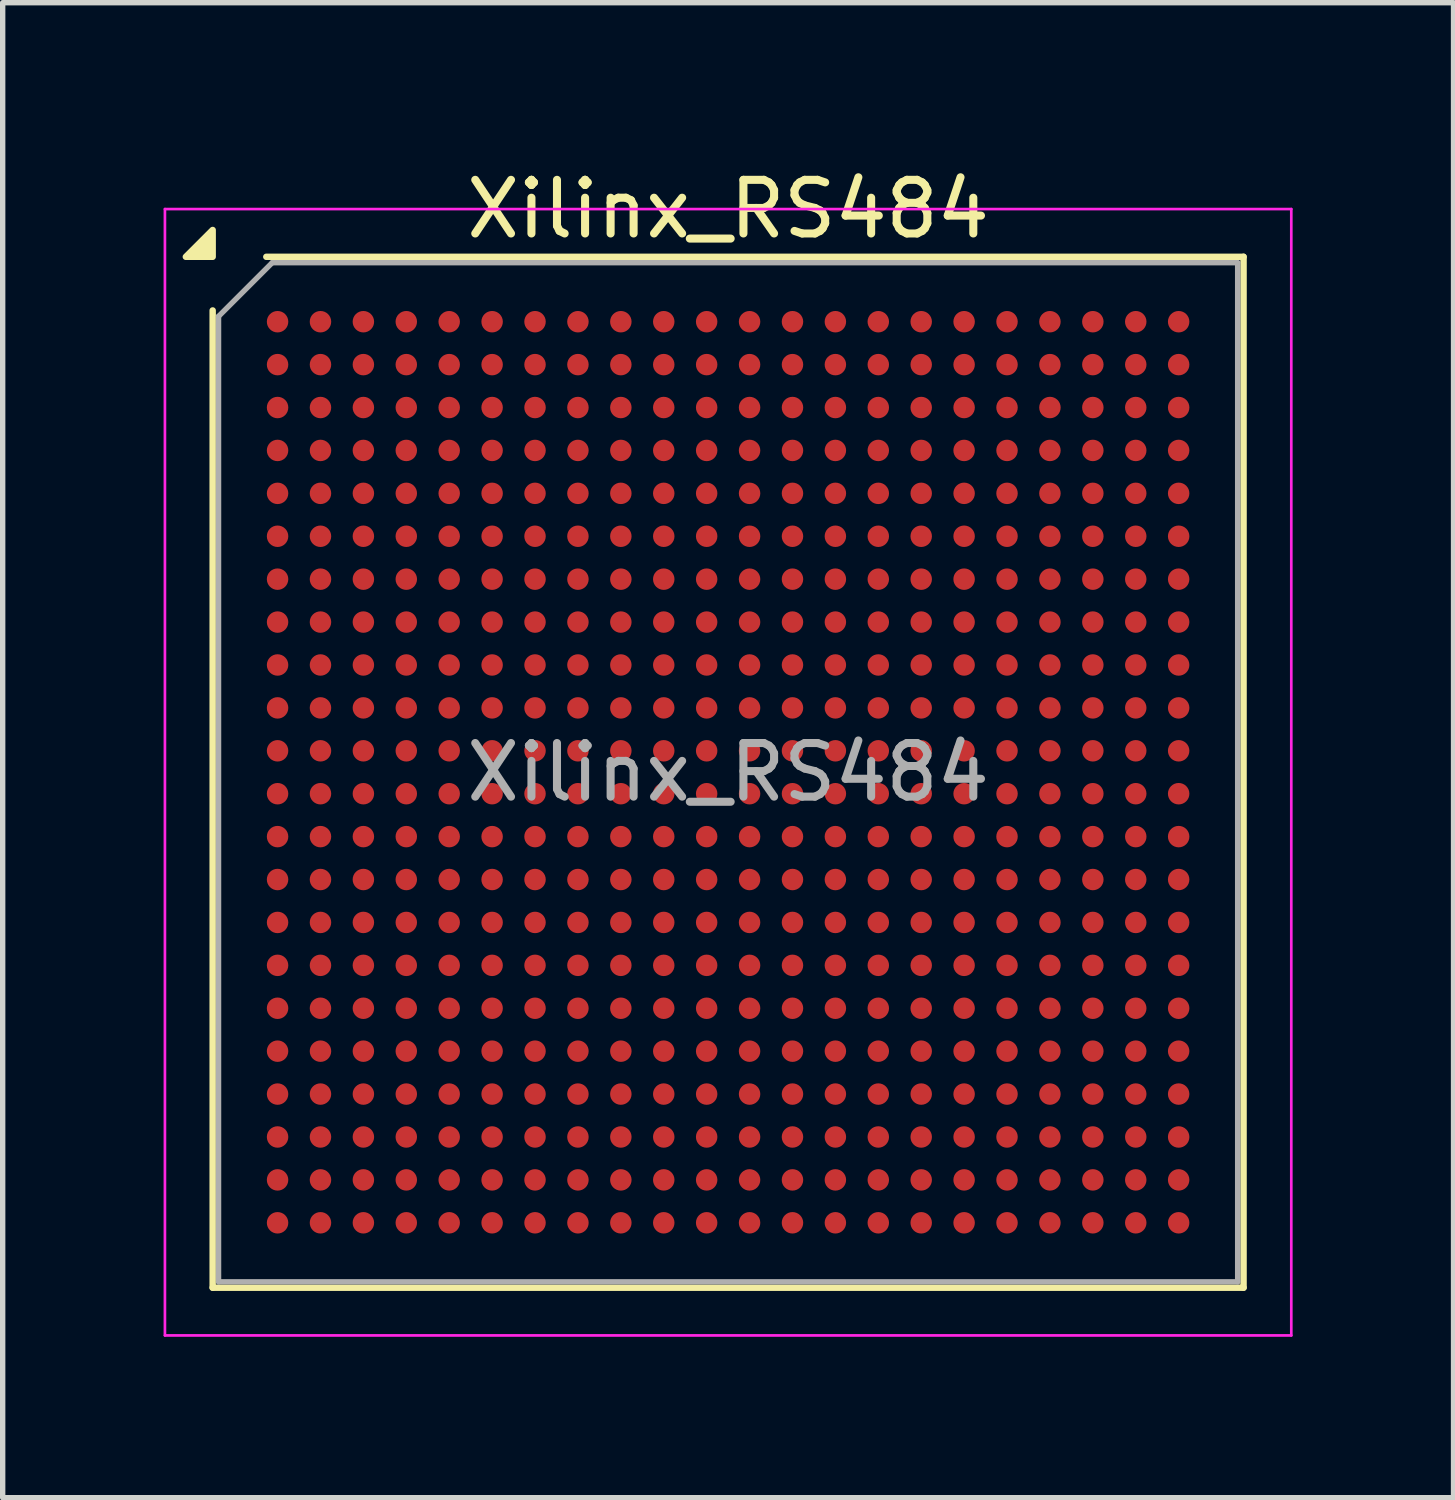
<source format=kicad_pcb>
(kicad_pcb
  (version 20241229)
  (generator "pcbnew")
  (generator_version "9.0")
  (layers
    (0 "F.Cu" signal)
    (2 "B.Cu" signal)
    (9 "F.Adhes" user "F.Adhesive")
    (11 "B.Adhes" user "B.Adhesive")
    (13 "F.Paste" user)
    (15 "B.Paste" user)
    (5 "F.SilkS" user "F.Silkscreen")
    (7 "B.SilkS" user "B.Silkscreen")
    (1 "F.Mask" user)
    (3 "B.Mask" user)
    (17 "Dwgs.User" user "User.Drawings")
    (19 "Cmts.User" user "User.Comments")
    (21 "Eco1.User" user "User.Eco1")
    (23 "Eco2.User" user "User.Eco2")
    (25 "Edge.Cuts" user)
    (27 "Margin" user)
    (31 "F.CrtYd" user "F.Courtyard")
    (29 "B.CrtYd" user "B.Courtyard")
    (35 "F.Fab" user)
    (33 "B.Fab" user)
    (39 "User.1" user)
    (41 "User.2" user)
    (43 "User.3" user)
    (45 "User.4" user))
  (footprint "Xilinx_RS484"
    (layer "F.Cu")
    (at 10.525 11.348)
    (property "Reference" "Xilinx_RS484" (at 0 -10.5 0) (layer "F.SilkS") (effects (font (size 1 1) (thickness 0.15))))
    (attr smd)
    (fp_line (start -9.61 9.61) (end -9.61 -8.61) (stroke (width 0.12) (type solid)) (layer "F.SilkS"))
    (fp_line (start -8.61 -9.61) (end 9.61 -9.61) (stroke (width 0.12) (type solid)) (layer "F.SilkS"))
    (fp_line (start 9.61 -9.61) (end 9.61 9.61) (stroke (width 0.12) (type solid)) (layer "F.SilkS"))
    (fp_line (start 9.61 9.61) (end -9.61 9.61) (stroke (width 0.12) (type solid)) (layer "F.SilkS"))
    (fp_poly (pts (xy -9.61 -9.61) (xy -10.11 -9.61) (xy -9.61 -10.11) (xy -9.61 -9.61)) (stroke (width 0.12) (type solid)) (fill yes) (layer "F.SilkS"))
    (fp_line (start -10.5 -10.5) (end -10.5 10.5) (stroke (width 0.05) (type solid)) (layer "F.CrtYd"))
    (fp_line (start -10.5 10.5) (end 10.5 10.5) (stroke (width 0.05) (type solid)) (layer "F.CrtYd"))
    (fp_line (start 10.5 -10.5) (end -10.5 -10.5) (stroke (width 0.05) (type solid)) (layer "F.CrtYd"))
    (fp_line (start 10.5 10.5) (end 10.5 -10.5) (stroke (width 0.05) (type solid)) (layer "F.CrtYd"))
    (fp_line (start -9.5 -8.5) (end -8.5 -9.5) (stroke (width 0.1) (type solid)) (layer "F.Fab"))
    (fp_line (start -9.5 9.5) (end -9.5 -8.5) (stroke (width 0.1) (type solid)) (layer "F.Fab"))
    (fp_line (start -8.5 -9.5) (end 9.5 -9.5) (stroke (width 0.1) (type solid)) (layer "F.Fab"))
    (fp_line (start 9.5 -9.5) (end 9.5 9.5) (stroke (width 0.1) (type solid)) (layer "F.Fab"))
    (fp_line (start 9.5 9.5) (end -9.5 9.5) (stroke (width 0.1) (type solid)) (layer "F.Fab"))
    (fp_text user "${REFERENCE}" (at 0 0 0) (layer "F.Fab") (effects (font (size 1 1) (thickness 0.15))))
    (pad "A1" smd circle (at -8.4 -8.4) (size 0.4 0.4) (property pad_prop_bga) (layers "F.Cu" "F.Mask" "F.Paste"))
    (pad "A2" smd circle (at -7.6 -8.4) (size 0.4 0.4) (property pad_prop_bga) (layers "F.Cu" "F.Mask" "F.Paste"))
    (pad "A3" smd circle (at -6.8 -8.4) (size 0.4 0.4) (property pad_prop_bga) (layers "F.Cu" "F.Mask" "F.Paste"))
    (pad "A4" smd circle (at -6 -8.4) (size 0.4 0.4) (property pad_prop_bga) (layers "F.Cu" "F.Mask" "F.Paste"))
    (pad "A5" smd circle (at -5.2 -8.4) (size 0.4 0.4) (property pad_prop_bga) (layers "F.Cu" "F.Mask" "F.Paste"))
    (pad "A6" smd circle (at -4.4 -8.4) (size 0.4 0.4) (property pad_prop_bga) (layers "F.Cu" "F.Mask" "F.Paste"))
    (pad "A7" smd circle (at -3.6 -8.4) (size 0.4 0.4) (property pad_prop_bga) (layers "F.Cu" "F.Mask" "F.Paste"))
    (pad "A8" smd circle (at -2.8 -8.4) (size 0.4 0.4) (property pad_prop_bga) (layers "F.Cu" "F.Mask" "F.Paste"))
    (pad "A9" smd circle (at -2 -8.4) (size 0.4 0.4) (property pad_prop_bga) (layers "F.Cu" "F.Mask" "F.Paste"))
    (pad "A10" smd circle (at -1.2 -8.4) (size 0.4 0.4) (property pad_prop_bga) (layers "F.Cu" "F.Mask" "F.Paste"))
    (pad "A11" smd circle (at -0.4 -8.4) (size 0.4 0.4) (property pad_prop_bga) (layers "F.Cu" "F.Mask" "F.Paste"))
    (pad "A12" smd circle (at 0.4 -8.4) (size 0.4 0.4) (property pad_prop_bga) (layers "F.Cu" "F.Mask" "F.Paste"))
    (pad "A13" smd circle (at 1.2 -8.4) (size 0.4 0.4) (property pad_prop_bga) (layers "F.Cu" "F.Mask" "F.Paste"))
    (pad "A14" smd circle (at 2 -8.4) (size 0.4 0.4) (property pad_prop_bga) (layers "F.Cu" "F.Mask" "F.Paste"))
    (pad "A15" smd circle (at 2.8 -8.4) (size 0.4 0.4) (property pad_prop_bga) (layers "F.Cu" "F.Mask" "F.Paste"))
    (pad "A16" smd circle (at 3.6 -8.4) (size 0.4 0.4) (property pad_prop_bga) (layers "F.Cu" "F.Mask" "F.Paste"))
    (pad "A17" smd circle (at 4.4 -8.4) (size 0.4 0.4) (property pad_prop_bga) (layers "F.Cu" "F.Mask" "F.Paste"))
    (pad "A18" smd circle (at 5.2 -8.4) (size 0.4 0.4) (property pad_prop_bga) (layers "F.Cu" "F.Mask" "F.Paste"))
    (pad "A19" smd circle (at 6 -8.4) (size 0.4 0.4) (property pad_prop_bga) (layers "F.Cu" "F.Mask" "F.Paste"))
    (pad "A20" smd circle (at 6.8 -8.4) (size 0.4 0.4) (property pad_prop_bga) (layers "F.Cu" "F.Mask" "F.Paste"))
    (pad "A21" smd circle (at 7.6 -8.4) (size 0.4 0.4) (property pad_prop_bga) (layers "F.Cu" "F.Mask" "F.Paste"))
    (pad "A22" smd circle (at 8.4 -8.4) (size 0.4 0.4) (property pad_prop_bga) (layers "F.Cu" "F.Mask" "F.Paste"))
    (pad "AA1" smd circle (at -8.4 7.6) (size 0.4 0.4) (property pad_prop_bga) (layers "F.Cu" "F.Mask" "F.Paste"))
    (pad "AA2" smd circle (at -7.6 7.6) (size 0.4 0.4) (property pad_prop_bga) (layers "F.Cu" "F.Mask" "F.Paste"))
    (pad "AA3" smd circle (at -6.8 7.6) (size 0.4 0.4) (property pad_prop_bga) (layers "F.Cu" "F.Mask" "F.Paste"))
    (pad "AA4" smd circle (at -6 7.6) (size 0.4 0.4) (property pad_prop_bga) (layers "F.Cu" "F.Mask" "F.Paste"))
    (pad "AA5" smd circle (at -5.2 7.6) (size 0.4 0.4) (property pad_prop_bga) (layers "F.Cu" "F.Mask" "F.Paste"))
    (pad "AA6" smd circle (at -4.4 7.6) (size 0.4 0.4) (property pad_prop_bga) (layers "F.Cu" "F.Mask" "F.Paste"))
    (pad "AA7" smd circle (at -3.6 7.6) (size 0.4 0.4) (property pad_prop_bga) (layers "F.Cu" "F.Mask" "F.Paste"))
    (pad "AA8" smd circle (at -2.8 7.6) (size 0.4 0.4) (property pad_prop_bga) (layers "F.Cu" "F.Mask" "F.Paste"))
    (pad "AA9" smd circle (at -2 7.6) (size 0.4 0.4) (property pad_prop_bga) (layers "F.Cu" "F.Mask" "F.Paste"))
    (pad "AA10" smd circle (at -1.2 7.6) (size 0.4 0.4) (property pad_prop_bga) (layers "F.Cu" "F.Mask" "F.Paste"))
    (pad "AA11" smd circle (at -0.4 7.6) (size 0.4 0.4) (property pad_prop_bga) (layers "F.Cu" "F.Mask" "F.Paste"))
    (pad "AA12" smd circle (at 0.4 7.6) (size 0.4 0.4) (property pad_prop_bga) (layers "F.Cu" "F.Mask" "F.Paste"))
    (pad "AA13" smd circle (at 1.2 7.6) (size 0.4 0.4) (property pad_prop_bga) (layers "F.Cu" "F.Mask" "F.Paste"))
    (pad "AA14" smd circle (at 2 7.6) (size 0.4 0.4) (property pad_prop_bga) (layers "F.Cu" "F.Mask" "F.Paste"))
    (pad "AA15" smd circle (at 2.8 7.6) (size 0.4 0.4) (property pad_prop_bga) (layers "F.Cu" "F.Mask" "F.Paste"))
    (pad "AA16" smd circle (at 3.6 7.6) (size 0.4 0.4) (property pad_prop_bga) (layers "F.Cu" "F.Mask" "F.Paste"))
    (pad "AA17" smd circle (at 4.4 7.6) (size 0.4 0.4) (property pad_prop_bga) (layers "F.Cu" "F.Mask" "F.Paste"))
    (pad "AA18" smd circle (at 5.2 7.6) (size 0.4 0.4) (property pad_prop_bga) (layers "F.Cu" "F.Mask" "F.Paste"))
    (pad "AA19" smd circle (at 6 7.6) (size 0.4 0.4) (property pad_prop_bga) (layers "F.Cu" "F.Mask" "F.Paste"))
    (pad "AA20" smd circle (at 6.8 7.6) (size 0.4 0.4) (property pad_prop_bga) (layers "F.Cu" "F.Mask" "F.Paste"))
    (pad "AA21" smd circle (at 7.6 7.6) (size 0.4 0.4) (property pad_prop_bga) (layers "F.Cu" "F.Mask" "F.Paste"))
    (pad "AA22" smd circle (at 8.4 7.6) (size 0.4 0.4) (property pad_prop_bga) (layers "F.Cu" "F.Mask" "F.Paste"))
    (pad "AB1" smd circle (at -8.4 8.4) (size 0.4 0.4) (property pad_prop_bga) (layers "F.Cu" "F.Mask" "F.Paste"))
    (pad "AB2" smd circle (at -7.6 8.4) (size 0.4 0.4) (property pad_prop_bga) (layers "F.Cu" "F.Mask" "F.Paste"))
    (pad "AB3" smd circle (at -6.8 8.4) (size 0.4 0.4) (property pad_prop_bga) (layers "F.Cu" "F.Mask" "F.Paste"))
    (pad "AB4" smd circle (at -6 8.4) (size 0.4 0.4) (property pad_prop_bga) (layers "F.Cu" "F.Mask" "F.Paste"))
    (pad "AB5" smd circle (at -5.2 8.4) (size 0.4 0.4) (property pad_prop_bga) (layers "F.Cu" "F.Mask" "F.Paste"))
    (pad "AB6" smd circle (at -4.4 8.4) (size 0.4 0.4) (property pad_prop_bga) (layers "F.Cu" "F.Mask" "F.Paste"))
    (pad "AB7" smd circle (at -3.6 8.4) (size 0.4 0.4) (property pad_prop_bga) (layers "F.Cu" "F.Mask" "F.Paste"))
    (pad "AB8" smd circle (at -2.8 8.4) (size 0.4 0.4) (property pad_prop_bga) (layers "F.Cu" "F.Mask" "F.Paste"))
    (pad "AB9" smd circle (at -2 8.4) (size 0.4 0.4) (property pad_prop_bga) (layers "F.Cu" "F.Mask" "F.Paste"))
    (pad "AB10" smd circle (at -1.2 8.4) (size 0.4 0.4) (property pad_prop_bga) (layers "F.Cu" "F.Mask" "F.Paste"))
    (pad "AB11" smd circle (at -0.4 8.4) (size 0.4 0.4) (property pad_prop_bga) (layers "F.Cu" "F.Mask" "F.Paste"))
    (pad "AB12" smd circle (at 0.4 8.4) (size 0.4 0.4) (property pad_prop_bga) (layers "F.Cu" "F.Mask" "F.Paste"))
    (pad "AB13" smd circle (at 1.2 8.4) (size 0.4 0.4) (property pad_prop_bga) (layers "F.Cu" "F.Mask" "F.Paste"))
    (pad "AB14" smd circle (at 2 8.4) (size 0.4 0.4) (property pad_prop_bga) (layers "F.Cu" "F.Mask" "F.Paste"))
    (pad "AB15" smd circle (at 2.8 8.4) (size 0.4 0.4) (property pad_prop_bga) (layers "F.Cu" "F.Mask" "F.Paste"))
    (pad "AB16" smd circle (at 3.6 8.4) (size 0.4 0.4) (property pad_prop_bga) (layers "F.Cu" "F.Mask" "F.Paste"))
    (pad "AB17" smd circle (at 4.4 8.4) (size 0.4 0.4) (property pad_prop_bga) (layers "F.Cu" "F.Mask" "F.Paste"))
    (pad "AB18" smd circle (at 5.2 8.4) (size 0.4 0.4) (property pad_prop_bga) (layers "F.Cu" "F.Mask" "F.Paste"))
    (pad "AB19" smd circle (at 6 8.4) (size 0.4 0.4) (property pad_prop_bga) (layers "F.Cu" "F.Mask" "F.Paste"))
    (pad "AB20" smd circle (at 6.8 8.4) (size 0.4 0.4) (property pad_prop_bga) (layers "F.Cu" "F.Mask" "F.Paste"))
    (pad "AB21" smd circle (at 7.6 8.4) (size 0.4 0.4) (property pad_prop_bga) (layers "F.Cu" "F.Mask" "F.Paste"))
    (pad "AB22" smd circle (at 8.4 8.4) (size 0.4 0.4) (property pad_prop_bga) (layers "F.Cu" "F.Mask" "F.Paste"))
    (pad "B1" smd circle (at -8.4 -7.6) (size 0.4 0.4) (property pad_prop_bga) (layers "F.Cu" "F.Mask" "F.Paste"))
    (pad "B2" smd circle (at -7.6 -7.6) (size 0.4 0.4) (property pad_prop_bga) (layers "F.Cu" "F.Mask" "F.Paste"))
    (pad "B3" smd circle (at -6.8 -7.6) (size 0.4 0.4) (property pad_prop_bga) (layers "F.Cu" "F.Mask" "F.Paste"))
    (pad "B4" smd circle (at -6 -7.6) (size 0.4 0.4) (property pad_prop_bga) (layers "F.Cu" "F.Mask" "F.Paste"))
    (pad "B5" smd circle (at -5.2 -7.6) (size 0.4 0.4) (property pad_prop_bga) (layers "F.Cu" "F.Mask" "F.Paste"))
    (pad "B6" smd circle (at -4.4 -7.6) (size 0.4 0.4) (property pad_prop_bga) (layers "F.Cu" "F.Mask" "F.Paste"))
    (pad "B7" smd circle (at -3.6 -7.6) (size 0.4 0.4) (property pad_prop_bga) (layers "F.Cu" "F.Mask" "F.Paste"))
    (pad "B8" smd circle (at -2.8 -7.6) (size 0.4 0.4) (property pad_prop_bga) (layers "F.Cu" "F.Mask" "F.Paste"))
    (pad "B9" smd circle (at -2 -7.6) (size 0.4 0.4) (property pad_prop_bga) (layers "F.Cu" "F.Mask" "F.Paste"))
    (pad "B10" smd circle (at -1.2 -7.6) (size 0.4 0.4) (property pad_prop_bga) (layers "F.Cu" "F.Mask" "F.Paste"))
    (pad "B11" smd circle (at -0.4 -7.6) (size 0.4 0.4) (property pad_prop_bga) (layers "F.Cu" "F.Mask" "F.Paste"))
    (pad "B12" smd circle (at 0.4 -7.6) (size 0.4 0.4) (property pad_prop_bga) (layers "F.Cu" "F.Mask" "F.Paste"))
    (pad "B13" smd circle (at 1.2 -7.6) (size 0.4 0.4) (property pad_prop_bga) (layers "F.Cu" "F.Mask" "F.Paste"))
    (pad "B14" smd circle (at 2 -7.6) (size 0.4 0.4) (property pad_prop_bga) (layers "F.Cu" "F.Mask" "F.Paste"))
    (pad "B15" smd circle (at 2.8 -7.6) (size 0.4 0.4) (property pad_prop_bga) (layers "F.Cu" "F.Mask" "F.Paste"))
    (pad "B16" smd circle (at 3.6 -7.6) (size 0.4 0.4) (property pad_prop_bga) (layers "F.Cu" "F.Mask" "F.Paste"))
    (pad "B17" smd circle (at 4.4 -7.6) (size 0.4 0.4) (property pad_prop_bga) (layers "F.Cu" "F.Mask" "F.Paste"))
    (pad "B18" smd circle (at 5.2 -7.6) (size 0.4 0.4) (property pad_prop_bga) (layers "F.Cu" "F.Mask" "F.Paste"))
    (pad "B19" smd circle (at 6 -7.6) (size 0.4 0.4) (property pad_prop_bga) (layers "F.Cu" "F.Mask" "F.Paste"))
    (pad "B20" smd circle (at 6.8 -7.6) (size 0.4 0.4) (property pad_prop_bga) (layers "F.Cu" "F.Mask" "F.Paste"))
    (pad "B21" smd circle (at 7.6 -7.6) (size 0.4 0.4) (property pad_prop_bga) (layers "F.Cu" "F.Mask" "F.Paste"))
    (pad "B22" smd circle (at 8.4 -7.6) (size 0.4 0.4) (property pad_prop_bga) (layers "F.Cu" "F.Mask" "F.Paste"))
    (pad "C1" smd circle (at -8.4 -6.8) (size 0.4 0.4) (property pad_prop_bga) (layers "F.Cu" "F.Mask" "F.Paste"))
    (pad "C2" smd circle (at -7.6 -6.8) (size 0.4 0.4) (property pad_prop_bga) (layers "F.Cu" "F.Mask" "F.Paste"))
    (pad "C3" smd circle (at -6.8 -6.8) (size 0.4 0.4) (property pad_prop_bga) (layers "F.Cu" "F.Mask" "F.Paste"))
    (pad "C4" smd circle (at -6 -6.8) (size 0.4 0.4) (property pad_prop_bga) (layers "F.Cu" "F.Mask" "F.Paste"))
    (pad "C5" smd circle (at -5.2 -6.8) (size 0.4 0.4) (property pad_prop_bga) (layers "F.Cu" "F.Mask" "F.Paste"))
    (pad "C6" smd circle (at -4.4 -6.8) (size 0.4 0.4) (property pad_prop_bga) (layers "F.Cu" "F.Mask" "F.Paste"))
    (pad "C7" smd circle (at -3.6 -6.8) (size 0.4 0.4) (property pad_prop_bga) (layers "F.Cu" "F.Mask" "F.Paste"))
    (pad "C8" smd circle (at -2.8 -6.8) (size 0.4 0.4) (property pad_prop_bga) (layers "F.Cu" "F.Mask" "F.Paste"))
    (pad "C9" smd circle (at -2 -6.8) (size 0.4 0.4) (property pad_prop_bga) (layers "F.Cu" "F.Mask" "F.Paste"))
    (pad "C10" smd circle (at -1.2 -6.8) (size 0.4 0.4) (property pad_prop_bga) (layers "F.Cu" "F.Mask" "F.Paste"))
    (pad "C11" smd circle (at -0.4 -6.8) (size 0.4 0.4) (property pad_prop_bga) (layers "F.Cu" "F.Mask" "F.Paste"))
    (pad "C12" smd circle (at 0.4 -6.8) (size 0.4 0.4) (property pad_prop_bga) (layers "F.Cu" "F.Mask" "F.Paste"))
    (pad "C13" smd circle (at 1.2 -6.8) (size 0.4 0.4) (property pad_prop_bga) (layers "F.Cu" "F.Mask" "F.Paste"))
    (pad "C14" smd circle (at 2 -6.8) (size 0.4 0.4) (property pad_prop_bga) (layers "F.Cu" "F.Mask" "F.Paste"))
    (pad "C15" smd circle (at 2.8 -6.8) (size 0.4 0.4) (property pad_prop_bga) (layers "F.Cu" "F.Mask" "F.Paste"))
    (pad "C16" smd circle (at 3.6 -6.8) (size 0.4 0.4) (property pad_prop_bga) (layers "F.Cu" "F.Mask" "F.Paste"))
    (pad "C17" smd circle (at 4.4 -6.8) (size 0.4 0.4) (property pad_prop_bga) (layers "F.Cu" "F.Mask" "F.Paste"))
    (pad "C18" smd circle (at 5.2 -6.8) (size 0.4 0.4) (property pad_prop_bga) (layers "F.Cu" "F.Mask" "F.Paste"))
    (pad "C19" smd circle (at 6 -6.8) (size 0.4 0.4) (property pad_prop_bga) (layers "F.Cu" "F.Mask" "F.Paste"))
    (pad "C20" smd circle (at 6.8 -6.8) (size 0.4 0.4) (property pad_prop_bga) (layers "F.Cu" "F.Mask" "F.Paste"))
    (pad "C21" smd circle (at 7.6 -6.8) (size 0.4 0.4) (property pad_prop_bga) (layers "F.Cu" "F.Mask" "F.Paste"))
    (pad "C22" smd circle (at 8.4 -6.8) (size 0.4 0.4) (property pad_prop_bga) (layers "F.Cu" "F.Mask" "F.Paste"))
    (pad "D1" smd circle (at -8.4 -6) (size 0.4 0.4) (property pad_prop_bga) (layers "F.Cu" "F.Mask" "F.Paste"))
    (pad "D2" smd circle (at -7.6 -6) (size 0.4 0.4) (property pad_prop_bga) (layers "F.Cu" "F.Mask" "F.Paste"))
    (pad "D3" smd circle (at -6.8 -6) (size 0.4 0.4) (property pad_prop_bga) (layers "F.Cu" "F.Mask" "F.Paste"))
    (pad "D4" smd circle (at -6 -6) (size 0.4 0.4) (property pad_prop_bga) (layers "F.Cu" "F.Mask" "F.Paste"))
    (pad "D5" smd circle (at -5.2 -6) (size 0.4 0.4) (property pad_prop_bga) (layers "F.Cu" "F.Mask" "F.Paste"))
    (pad "D6" smd circle (at -4.4 -6) (size 0.4 0.4) (property pad_prop_bga) (layers "F.Cu" "F.Mask" "F.Paste"))
    (pad "D7" smd circle (at -3.6 -6) (size 0.4 0.4) (property pad_prop_bga) (layers "F.Cu" "F.Mask" "F.Paste"))
    (pad "D8" smd circle (at -2.8 -6) (size 0.4 0.4) (property pad_prop_bga) (layers "F.Cu" "F.Mask" "F.Paste"))
    (pad "D9" smd circle (at -2 -6) (size 0.4 0.4) (property pad_prop_bga) (layers "F.Cu" "F.Mask" "F.Paste"))
    (pad "D10" smd circle (at -1.2 -6) (size 0.4 0.4) (property pad_prop_bga) (layers "F.Cu" "F.Mask" "F.Paste"))
    (pad "D11" smd circle (at -0.4 -6) (size 0.4 0.4) (property pad_prop_bga) (layers "F.Cu" "F.Mask" "F.Paste"))
    (pad "D12" smd circle (at 0.4 -6) (size 0.4 0.4) (property pad_prop_bga) (layers "F.Cu" "F.Mask" "F.Paste"))
    (pad "D13" smd circle (at 1.2 -6) (size 0.4 0.4) (property pad_prop_bga) (layers "F.Cu" "F.Mask" "F.Paste"))
    (pad "D14" smd circle (at 2 -6) (size 0.4 0.4) (property pad_prop_bga) (layers "F.Cu" "F.Mask" "F.Paste"))
    (pad "D15" smd circle (at 2.8 -6) (size 0.4 0.4) (property pad_prop_bga) (layers "F.Cu" "F.Mask" "F.Paste"))
    (pad "D16" smd circle (at 3.6 -6) (size 0.4 0.4) (property pad_prop_bga) (layers "F.Cu" "F.Mask" "F.Paste"))
    (pad "D17" smd circle (at 4.4 -6) (size 0.4 0.4) (property pad_prop_bga) (layers "F.Cu" "F.Mask" "F.Paste"))
    (pad "D18" smd circle (at 5.2 -6) (size 0.4 0.4) (property pad_prop_bga) (layers "F.Cu" "F.Mask" "F.Paste"))
    (pad "D19" smd circle (at 6 -6) (size 0.4 0.4) (property pad_prop_bga) (layers "F.Cu" "F.Mask" "F.Paste"))
    (pad "D20" smd circle (at 6.8 -6) (size 0.4 0.4) (property pad_prop_bga) (layers "F.Cu" "F.Mask" "F.Paste"))
    (pad "D21" smd circle (at 7.6 -6) (size 0.4 0.4) (property pad_prop_bga) (layers "F.Cu" "F.Mask" "F.Paste"))
    (pad "D22" smd circle (at 8.4 -6) (size 0.4 0.4) (property pad_prop_bga) (layers "F.Cu" "F.Mask" "F.Paste"))
    (pad "E1" smd circle (at -8.4 -5.2) (size 0.4 0.4) (property pad_prop_bga) (layers "F.Cu" "F.Mask" "F.Paste"))
    (pad "E2" smd circle (at -7.6 -5.2) (size 0.4 0.4) (property pad_prop_bga) (layers "F.Cu" "F.Mask" "F.Paste"))
    (pad "E3" smd circle (at -6.8 -5.2) (size 0.4 0.4) (property pad_prop_bga) (layers "F.Cu" "F.Mask" "F.Paste"))
    (pad "E4" smd circle (at -6 -5.2) (size 0.4 0.4) (property pad_prop_bga) (layers "F.Cu" "F.Mask" "F.Paste"))
    (pad "E5" smd circle (at -5.2 -5.2) (size 0.4 0.4) (property pad_prop_bga) (layers "F.Cu" "F.Mask" "F.Paste"))
    (pad "E6" smd circle (at -4.4 -5.2) (size 0.4 0.4) (property pad_prop_bga) (layers "F.Cu" "F.Mask" "F.Paste"))
    (pad "E7" smd circle (at -3.6 -5.2) (size 0.4 0.4) (property pad_prop_bga) (layers "F.Cu" "F.Mask" "F.Paste"))
    (pad "E8" smd circle (at -2.8 -5.2) (size 0.4 0.4) (property pad_prop_bga) (layers "F.Cu" "F.Mask" "F.Paste"))
    (pad "E9" smd circle (at -2 -5.2) (size 0.4 0.4) (property pad_prop_bga) (layers "F.Cu" "F.Mask" "F.Paste"))
    (pad "E10" smd circle (at -1.2 -5.2) (size 0.4 0.4) (property pad_prop_bga) (layers "F.Cu" "F.Mask" "F.Paste"))
    (pad "E11" smd circle (at -0.4 -5.2) (size 0.4 0.4) (property pad_prop_bga) (layers "F.Cu" "F.Mask" "F.Paste"))
    (pad "E12" smd circle (at 0.4 -5.2) (size 0.4 0.4) (property pad_prop_bga) (layers "F.Cu" "F.Mask" "F.Paste"))
    (pad "E13" smd circle (at 1.2 -5.2) (size 0.4 0.4) (property pad_prop_bga) (layers "F.Cu" "F.Mask" "F.Paste"))
    (pad "E14" smd circle (at 2 -5.2) (size 0.4 0.4) (property pad_prop_bga) (layers "F.Cu" "F.Mask" "F.Paste"))
    (pad "E15" smd circle (at 2.8 -5.2) (size 0.4 0.4) (property pad_prop_bga) (layers "F.Cu" "F.Mask" "F.Paste"))
    (pad "E16" smd circle (at 3.6 -5.2) (size 0.4 0.4) (property pad_prop_bga) (layers "F.Cu" "F.Mask" "F.Paste"))
    (pad "E17" smd circle (at 4.4 -5.2) (size 0.4 0.4) (property pad_prop_bga) (layers "F.Cu" "F.Mask" "F.Paste"))
    (pad "E18" smd circle (at 5.2 -5.2) (size 0.4 0.4) (property pad_prop_bga) (layers "F.Cu" "F.Mask" "F.Paste"))
    (pad "E19" smd circle (at 6 -5.2) (size 0.4 0.4) (property pad_prop_bga) (layers "F.Cu" "F.Mask" "F.Paste"))
    (pad "E20" smd circle (at 6.8 -5.2) (size 0.4 0.4) (property pad_prop_bga) (layers "F.Cu" "F.Mask" "F.Paste"))
    (pad "E21" smd circle (at 7.6 -5.2) (size 0.4 0.4) (property pad_prop_bga) (layers "F.Cu" "F.Mask" "F.Paste"))
    (pad "E22" smd circle (at 8.4 -5.2) (size 0.4 0.4) (property pad_prop_bga) (layers "F.Cu" "F.Mask" "F.Paste"))
    (pad "F1" smd circle (at -8.4 -4.4) (size 0.4 0.4) (property pad_prop_bga) (layers "F.Cu" "F.Mask" "F.Paste"))
    (pad "F2" smd circle (at -7.6 -4.4) (size 0.4 0.4) (property pad_prop_bga) (layers "F.Cu" "F.Mask" "F.Paste"))
    (pad "F3" smd circle (at -6.8 -4.4) (size 0.4 0.4) (property pad_prop_bga) (layers "F.Cu" "F.Mask" "F.Paste"))
    (pad "F4" smd circle (at -6 -4.4) (size 0.4 0.4) (property pad_prop_bga) (layers "F.Cu" "F.Mask" "F.Paste"))
    (pad "F5" smd circle (at -5.2 -4.4) (size 0.4 0.4) (property pad_prop_bga) (layers "F.Cu" "F.Mask" "F.Paste"))
    (pad "F6" smd circle (at -4.4 -4.4) (size 0.4 0.4) (property pad_prop_bga) (layers "F.Cu" "F.Mask" "F.Paste"))
    (pad "F7" smd circle (at -3.6 -4.4) (size 0.4 0.4) (property pad_prop_bga) (layers "F.Cu" "F.Mask" "F.Paste"))
    (pad "F8" smd circle (at -2.8 -4.4) (size 0.4 0.4) (property pad_prop_bga) (layers "F.Cu" "F.Mask" "F.Paste"))
    (pad "F9" smd circle (at -2 -4.4) (size 0.4 0.4) (property pad_prop_bga) (layers "F.Cu" "F.Mask" "F.Paste"))
    (pad "F10" smd circle (at -1.2 -4.4) (size 0.4 0.4) (property pad_prop_bga) (layers "F.Cu" "F.Mask" "F.Paste"))
    (pad "F11" smd circle (at -0.4 -4.4) (size 0.4 0.4) (property pad_prop_bga) (layers "F.Cu" "F.Mask" "F.Paste"))
    (pad "F12" smd circle (at 0.4 -4.4) (size 0.4 0.4) (property pad_prop_bga) (layers "F.Cu" "F.Mask" "F.Paste"))
    (pad "F13" smd circle (at 1.2 -4.4) (size 0.4 0.4) (property pad_prop_bga) (layers "F.Cu" "F.Mask" "F.Paste"))
    (pad "F14" smd circle (at 2 -4.4) (size 0.4 0.4) (property pad_prop_bga) (layers "F.Cu" "F.Mask" "F.Paste"))
    (pad "F15" smd circle (at 2.8 -4.4) (size 0.4 0.4) (property pad_prop_bga) (layers "F.Cu" "F.Mask" "F.Paste"))
    (pad "F16" smd circle (at 3.6 -4.4) (size 0.4 0.4) (property pad_prop_bga) (layers "F.Cu" "F.Mask" "F.Paste"))
    (pad "F17" smd circle (at 4.4 -4.4) (size 0.4 0.4) (property pad_prop_bga) (layers "F.Cu" "F.Mask" "F.Paste"))
    (pad "F18" smd circle (at 5.2 -4.4) (size 0.4 0.4) (property pad_prop_bga) (layers "F.Cu" "F.Mask" "F.Paste"))
    (pad "F19" smd circle (at 6 -4.4) (size 0.4 0.4) (property pad_prop_bga) (layers "F.Cu" "F.Mask" "F.Paste"))
    (pad "F20" smd circle (at 6.8 -4.4) (size 0.4 0.4) (property pad_prop_bga) (layers "F.Cu" "F.Mask" "F.Paste"))
    (pad "F21" smd circle (at 7.6 -4.4) (size 0.4 0.4) (property pad_prop_bga) (layers "F.Cu" "F.Mask" "F.Paste"))
    (pad "F22" smd circle (at 8.4 -4.4) (size 0.4 0.4) (property pad_prop_bga) (layers "F.Cu" "F.Mask" "F.Paste"))
    (pad "G1" smd circle (at -8.4 -3.6) (size 0.4 0.4) (property pad_prop_bga) (layers "F.Cu" "F.Mask" "F.Paste"))
    (pad "G2" smd circle (at -7.6 -3.6) (size 0.4 0.4) (property pad_prop_bga) (layers "F.Cu" "F.Mask" "F.Paste"))
    (pad "G3" smd circle (at -6.8 -3.6) (size 0.4 0.4) (property pad_prop_bga) (layers "F.Cu" "F.Mask" "F.Paste"))
    (pad "G4" smd circle (at -6 -3.6) (size 0.4 0.4) (property pad_prop_bga) (layers "F.Cu" "F.Mask" "F.Paste"))
    (pad "G5" smd circle (at -5.2 -3.6) (size 0.4 0.4) (property pad_prop_bga) (layers "F.Cu" "F.Mask" "F.Paste"))
    (pad "G6" smd circle (at -4.4 -3.6) (size 0.4 0.4) (property pad_prop_bga) (layers "F.Cu" "F.Mask" "F.Paste"))
    (pad "G7" smd circle (at -3.6 -3.6) (size 0.4 0.4) (property pad_prop_bga) (layers "F.Cu" "F.Mask" "F.Paste"))
    (pad "G8" smd circle (at -2.8 -3.6) (size 0.4 0.4) (property pad_prop_bga) (layers "F.Cu" "F.Mask" "F.Paste"))
    (pad "G9" smd circle (at -2 -3.6) (size 0.4 0.4) (property pad_prop_bga) (layers "F.Cu" "F.Mask" "F.Paste"))
    (pad "G10" smd circle (at -1.2 -3.6) (size 0.4 0.4) (property pad_prop_bga) (layers "F.Cu" "F.Mask" "F.Paste"))
    (pad "G11" smd circle (at -0.4 -3.6) (size 0.4 0.4) (property pad_prop_bga) (layers "F.Cu" "F.Mask" "F.Paste"))
    (pad "G12" smd circle (at 0.4 -3.6) (size 0.4 0.4) (property pad_prop_bga) (layers "F.Cu" "F.Mask" "F.Paste"))
    (pad "G13" smd circle (at 1.2 -3.6) (size 0.4 0.4) (property pad_prop_bga) (layers "F.Cu" "F.Mask" "F.Paste"))
    (pad "G14" smd circle (at 2 -3.6) (size 0.4 0.4) (property pad_prop_bga) (layers "F.Cu" "F.Mask" "F.Paste"))
    (pad "G15" smd circle (at 2.8 -3.6) (size 0.4 0.4) (property pad_prop_bga) (layers "F.Cu" "F.Mask" "F.Paste"))
    (pad "G16" smd circle (at 3.6 -3.6) (size 0.4 0.4) (property pad_prop_bga) (layers "F.Cu" "F.Mask" "F.Paste"))
    (pad "G17" smd circle (at 4.4 -3.6) (size 0.4 0.4) (property pad_prop_bga) (layers "F.Cu" "F.Mask" "F.Paste"))
    (pad "G18" smd circle (at 5.2 -3.6) (size 0.4 0.4) (property pad_prop_bga) (layers "F.Cu" "F.Mask" "F.Paste"))
    (pad "G19" smd circle (at 6 -3.6) (size 0.4 0.4) (property pad_prop_bga) (layers "F.Cu" "F.Mask" "F.Paste"))
    (pad "G20" smd circle (at 6.8 -3.6) (size 0.4 0.4) (property pad_prop_bga) (layers "F.Cu" "F.Mask" "F.Paste"))
    (pad "G21" smd circle (at 7.6 -3.6) (size 0.4 0.4) (property pad_prop_bga) (layers "F.Cu" "F.Mask" "F.Paste"))
    (pad "G22" smd circle (at 8.4 -3.6) (size 0.4 0.4) (property pad_prop_bga) (layers "F.Cu" "F.Mask" "F.Paste"))
    (pad "H1" smd circle (at -8.4 -2.8) (size 0.4 0.4) (property pad_prop_bga) (layers "F.Cu" "F.Mask" "F.Paste"))
    (pad "H2" smd circle (at -7.6 -2.8) (size 0.4 0.4) (property pad_prop_bga) (layers "F.Cu" "F.Mask" "F.Paste"))
    (pad "H3" smd circle (at -6.8 -2.8) (size 0.4 0.4) (property pad_prop_bga) (layers "F.Cu" "F.Mask" "F.Paste"))
    (pad "H4" smd circle (at -6 -2.8) (size 0.4 0.4) (property pad_prop_bga) (layers "F.Cu" "F.Mask" "F.Paste"))
    (pad "H5" smd circle (at -5.2 -2.8) (size 0.4 0.4) (property pad_prop_bga) (layers "F.Cu" "F.Mask" "F.Paste"))
    (pad "H6" smd circle (at -4.4 -2.8) (size 0.4 0.4) (property pad_prop_bga) (layers "F.Cu" "F.Mask" "F.Paste"))
    (pad "H7" smd circle (at -3.6 -2.8) (size 0.4 0.4) (property pad_prop_bga) (layers "F.Cu" "F.Mask" "F.Paste"))
    (pad "H8" smd circle (at -2.8 -2.8) (size 0.4 0.4) (property pad_prop_bga) (layers "F.Cu" "F.Mask" "F.Paste"))
    (pad "H9" smd circle (at -2 -2.8) (size 0.4 0.4) (property pad_prop_bga) (layers "F.Cu" "F.Mask" "F.Paste"))
    (pad "H10" smd circle (at -1.2 -2.8) (size 0.4 0.4) (property pad_prop_bga) (layers "F.Cu" "F.Mask" "F.Paste"))
    (pad "H11" smd circle (at -0.4 -2.8) (size 0.4 0.4) (property pad_prop_bga) (layers "F.Cu" "F.Mask" "F.Paste"))
    (pad "H12" smd circle (at 0.4 -2.8) (size 0.4 0.4) (property pad_prop_bga) (layers "F.Cu" "F.Mask" "F.Paste"))
    (pad "H13" smd circle (at 1.2 -2.8) (size 0.4 0.4) (property pad_prop_bga) (layers "F.Cu" "F.Mask" "F.Paste"))
    (pad "H14" smd circle (at 2 -2.8) (size 0.4 0.4) (property pad_prop_bga) (layers "F.Cu" "F.Mask" "F.Paste"))
    (pad "H15" smd circle (at 2.8 -2.8) (size 0.4 0.4) (property pad_prop_bga) (layers "F.Cu" "F.Mask" "F.Paste"))
    (pad "H16" smd circle (at 3.6 -2.8) (size 0.4 0.4) (property pad_prop_bga) (layers "F.Cu" "F.Mask" "F.Paste"))
    (pad "H17" smd circle (at 4.4 -2.8) (size 0.4 0.4) (property pad_prop_bga) (layers "F.Cu" "F.Mask" "F.Paste"))
    (pad "H18" smd circle (at 5.2 -2.8) (size 0.4 0.4) (property pad_prop_bga) (layers "F.Cu" "F.Mask" "F.Paste"))
    (pad "H19" smd circle (at 6 -2.8) (size 0.4 0.4) (property pad_prop_bga) (layers "F.Cu" "F.Mask" "F.Paste"))
    (pad "H20" smd circle (at 6.8 -2.8) (size 0.4 0.4) (property pad_prop_bga) (layers "F.Cu" "F.Mask" "F.Paste"))
    (pad "H21" smd circle (at 7.6 -2.8) (size 0.4 0.4) (property pad_prop_bga) (layers "F.Cu" "F.Mask" "F.Paste"))
    (pad "H22" smd circle (at 8.4 -2.8) (size 0.4 0.4) (property pad_prop_bga) (layers "F.Cu" "F.Mask" "F.Paste"))
    (pad "J1" smd circle (at -8.4 -2) (size 0.4 0.4) (property pad_prop_bga) (layers "F.Cu" "F.Mask" "F.Paste"))
    (pad "J2" smd circle (at -7.6 -2) (size 0.4 0.4) (property pad_prop_bga) (layers "F.Cu" "F.Mask" "F.Paste"))
    (pad "J3" smd circle (at -6.8 -2) (size 0.4 0.4) (property pad_prop_bga) (layers "F.Cu" "F.Mask" "F.Paste"))
    (pad "J4" smd circle (at -6 -2) (size 0.4 0.4) (property pad_prop_bga) (layers "F.Cu" "F.Mask" "F.Paste"))
    (pad "J5" smd circle (at -5.2 -2) (size 0.4 0.4) (property pad_prop_bga) (layers "F.Cu" "F.Mask" "F.Paste"))
    (pad "J6" smd circle (at -4.4 -2) (size 0.4 0.4) (property pad_prop_bga) (layers "F.Cu" "F.Mask" "F.Paste"))
    (pad "J7" smd circle (at -3.6 -2) (size 0.4 0.4) (property pad_prop_bga) (layers "F.Cu" "F.Mask" "F.Paste"))
    (pad "J8" smd circle (at -2.8 -2) (size 0.4 0.4) (property pad_prop_bga) (layers "F.Cu" "F.Mask" "F.Paste"))
    (pad "J9" smd circle (at -2 -2) (size 0.4 0.4) (property pad_prop_bga) (layers "F.Cu" "F.Mask" "F.Paste"))
    (pad "J10" smd circle (at -1.2 -2) (size 0.4 0.4) (property pad_prop_bga) (layers "F.Cu" "F.Mask" "F.Paste"))
    (pad "J11" smd circle (at -0.4 -2) (size 0.4 0.4) (property pad_prop_bga) (layers "F.Cu" "F.Mask" "F.Paste"))
    (pad "J12" smd circle (at 0.4 -2) (size 0.4 0.4) (property pad_prop_bga) (layers "F.Cu" "F.Mask" "F.Paste"))
    (pad "J13" smd circle (at 1.2 -2) (size 0.4 0.4) (property pad_prop_bga) (layers "F.Cu" "F.Mask" "F.Paste"))
    (pad "J14" smd circle (at 2 -2) (size 0.4 0.4) (property pad_prop_bga) (layers "F.Cu" "F.Mask" "F.Paste"))
    (pad "J15" smd circle (at 2.8 -2) (size 0.4 0.4) (property pad_prop_bga) (layers "F.Cu" "F.Mask" "F.Paste"))
    (pad "J16" smd circle (at 3.6 -2) (size 0.4 0.4) (property pad_prop_bga) (layers "F.Cu" "F.Mask" "F.Paste"))
    (pad "J17" smd circle (at 4.4 -2) (size 0.4 0.4) (property pad_prop_bga) (layers "F.Cu" "F.Mask" "F.Paste"))
    (pad "J18" smd circle (at 5.2 -2) (size 0.4 0.4) (property pad_prop_bga) (layers "F.Cu" "F.Mask" "F.Paste"))
    (pad "J19" smd circle (at 6 -2) (size 0.4 0.4) (property pad_prop_bga) (layers "F.Cu" "F.Mask" "F.Paste"))
    (pad "J20" smd circle (at 6.8 -2) (size 0.4 0.4) (property pad_prop_bga) (layers "F.Cu" "F.Mask" "F.Paste"))
    (pad "J21" smd circle (at 7.6 -2) (size 0.4 0.4) (property pad_prop_bga) (layers "F.Cu" "F.Mask" "F.Paste"))
    (pad "J22" smd circle (at 8.4 -2) (size 0.4 0.4) (property pad_prop_bga) (layers "F.Cu" "F.Mask" "F.Paste"))
    (pad "K1" smd circle (at -8.4 -1.2) (size 0.4 0.4) (property pad_prop_bga) (layers "F.Cu" "F.Mask" "F.Paste"))
    (pad "K2" smd circle (at -7.6 -1.2) (size 0.4 0.4) (property pad_prop_bga) (layers "F.Cu" "F.Mask" "F.Paste"))
    (pad "K3" smd circle (at -6.8 -1.2) (size 0.4 0.4) (property pad_prop_bga) (layers "F.Cu" "F.Mask" "F.Paste"))
    (pad "K4" smd circle (at -6 -1.2) (size 0.4 0.4) (property pad_prop_bga) (layers "F.Cu" "F.Mask" "F.Paste"))
    (pad "K5" smd circle (at -5.2 -1.2) (size 0.4 0.4) (property pad_prop_bga) (layers "F.Cu" "F.Mask" "F.Paste"))
    (pad "K6" smd circle (at -4.4 -1.2) (size 0.4 0.4) (property pad_prop_bga) (layers "F.Cu" "F.Mask" "F.Paste"))
    (pad "K7" smd circle (at -3.6 -1.2) (size 0.4 0.4) (property pad_prop_bga) (layers "F.Cu" "F.Mask" "F.Paste"))
    (pad "K8" smd circle (at -2.8 -1.2) (size 0.4 0.4) (property pad_prop_bga) (layers "F.Cu" "F.Mask" "F.Paste"))
    (pad "K9" smd circle (at -2 -1.2) (size 0.4 0.4) (property pad_prop_bga) (layers "F.Cu" "F.Mask" "F.Paste"))
    (pad "K10" smd circle (at -1.2 -1.2) (size 0.4 0.4) (property pad_prop_bga) (layers "F.Cu" "F.Mask" "F.Paste"))
    (pad "K11" smd circle (at -0.4 -1.2) (size 0.4 0.4) (property pad_prop_bga) (layers "F.Cu" "F.Mask" "F.Paste"))
    (pad "K12" smd circle (at 0.4 -1.2) (size 0.4 0.4) (property pad_prop_bga) (layers "F.Cu" "F.Mask" "F.Paste"))
    (pad "K13" smd circle (at 1.2 -1.2) (size 0.4 0.4) (property pad_prop_bga) (layers "F.Cu" "F.Mask" "F.Paste"))
    (pad "K14" smd circle (at 2 -1.2) (size 0.4 0.4) (property pad_prop_bga) (layers "F.Cu" "F.Mask" "F.Paste"))
    (pad "K15" smd circle (at 2.8 -1.2) (size 0.4 0.4) (property pad_prop_bga) (layers "F.Cu" "F.Mask" "F.Paste"))
    (pad "K16" smd circle (at 3.6 -1.2) (size 0.4 0.4) (property pad_prop_bga) (layers "F.Cu" "F.Mask" "F.Paste"))
    (pad "K17" smd circle (at 4.4 -1.2) (size 0.4 0.4) (property pad_prop_bga) (layers "F.Cu" "F.Mask" "F.Paste"))
    (pad "K18" smd circle (at 5.2 -1.2) (size 0.4 0.4) (property pad_prop_bga) (layers "F.Cu" "F.Mask" "F.Paste"))
    (pad "K19" smd circle (at 6 -1.2) (size 0.4 0.4) (property pad_prop_bga) (layers "F.Cu" "F.Mask" "F.Paste"))
    (pad "K20" smd circle (at 6.8 -1.2) (size 0.4 0.4) (property pad_prop_bga) (layers "F.Cu" "F.Mask" "F.Paste"))
    (pad "K21" smd circle (at 7.6 -1.2) (size 0.4 0.4) (property pad_prop_bga) (layers "F.Cu" "F.Mask" "F.Paste"))
    (pad "K22" smd circle (at 8.4 -1.2) (size 0.4 0.4) (property pad_prop_bga) (layers "F.Cu" "F.Mask" "F.Paste"))
    (pad "L1" smd circle (at -8.4 -0.4) (size 0.4 0.4) (property pad_prop_bga) (layers "F.Cu" "F.Mask" "F.Paste"))
    (pad "L2" smd circle (at -7.6 -0.4) (size 0.4 0.4) (property pad_prop_bga) (layers "F.Cu" "F.Mask" "F.Paste"))
    (pad "L3" smd circle (at -6.8 -0.4) (size 0.4 0.4) (property pad_prop_bga) (layers "F.Cu" "F.Mask" "F.Paste"))
    (pad "L4" smd circle (at -6 -0.4) (size 0.4 0.4) (property pad_prop_bga) (layers "F.Cu" "F.Mask" "F.Paste"))
    (pad "L5" smd circle (at -5.2 -0.4) (size 0.4 0.4) (property pad_prop_bga) (layers "F.Cu" "F.Mask" "F.Paste"))
    (pad "L6" smd circle (at -4.4 -0.4) (size 0.4 0.4) (property pad_prop_bga) (layers "F.Cu" "F.Mask" "F.Paste"))
    (pad "L7" smd circle (at -3.6 -0.4) (size 0.4 0.4) (property pad_prop_bga) (layers "F.Cu" "F.Mask" "F.Paste"))
    (pad "L8" smd circle (at -2.8 -0.4) (size 0.4 0.4) (property pad_prop_bga) (layers "F.Cu" "F.Mask" "F.Paste"))
    (pad "L9" smd circle (at -2 -0.4) (size 0.4 0.4) (property pad_prop_bga) (layers "F.Cu" "F.Mask" "F.Paste"))
    (pad "L10" smd circle (at -1.2 -0.4) (size 0.4 0.4) (property pad_prop_bga) (layers "F.Cu" "F.Mask" "F.Paste"))
    (pad "L11" smd circle (at -0.4 -0.4) (size 0.4 0.4) (property pad_prop_bga) (layers "F.Cu" "F.Mask" "F.Paste"))
    (pad "L12" smd circle (at 0.4 -0.4) (size 0.4 0.4) (property pad_prop_bga) (layers "F.Cu" "F.Mask" "F.Paste"))
    (pad "L13" smd circle (at 1.2 -0.4) (size 0.4 0.4) (property pad_prop_bga) (layers "F.Cu" "F.Mask" "F.Paste"))
    (pad "L14" smd circle (at 2 -0.4) (size 0.4 0.4) (property pad_prop_bga) (layers "F.Cu" "F.Mask" "F.Paste"))
    (pad "L15" smd circle (at 2.8 -0.4) (size 0.4 0.4) (property pad_prop_bga) (layers "F.Cu" "F.Mask" "F.Paste"))
    (pad "L16" smd circle (at 3.6 -0.4) (size 0.4 0.4) (property pad_prop_bga) (layers "F.Cu" "F.Mask" "F.Paste"))
    (pad "L17" smd circle (at 4.4 -0.4) (size 0.4 0.4) (property pad_prop_bga) (layers "F.Cu" "F.Mask" "F.Paste"))
    (pad "L18" smd circle (at 5.2 -0.4) (size 0.4 0.4) (property pad_prop_bga) (layers "F.Cu" "F.Mask" "F.Paste"))
    (pad "L19" smd circle (at 6 -0.4) (size 0.4 0.4) (property pad_prop_bga) (layers "F.Cu" "F.Mask" "F.Paste"))
    (pad "L20" smd circle (at 6.8 -0.4) (size 0.4 0.4) (property pad_prop_bga) (layers "F.Cu" "F.Mask" "F.Paste"))
    (pad "L21" smd circle (at 7.6 -0.4) (size 0.4 0.4) (property pad_prop_bga) (layers "F.Cu" "F.Mask" "F.Paste"))
    (pad "L22" smd circle (at 8.4 -0.4) (size 0.4 0.4) (property pad_prop_bga) (layers "F.Cu" "F.Mask" "F.Paste"))
    (pad "M1" smd circle (at -8.4 0.4) (size 0.4 0.4) (property pad_prop_bga) (layers "F.Cu" "F.Mask" "F.Paste"))
    (pad "M2" smd circle (at -7.6 0.4) (size 0.4 0.4) (property pad_prop_bga) (layers "F.Cu" "F.Mask" "F.Paste"))
    (pad "M3" smd circle (at -6.8 0.4) (size 0.4 0.4) (property pad_prop_bga) (layers "F.Cu" "F.Mask" "F.Paste"))
    (pad "M4" smd circle (at -6 0.4) (size 0.4 0.4) (property pad_prop_bga) (layers "F.Cu" "F.Mask" "F.Paste"))
    (pad "M5" smd circle (at -5.2 0.4) (size 0.4 0.4) (property pad_prop_bga) (layers "F.Cu" "F.Mask" "F.Paste"))
    (pad "M6" smd circle (at -4.4 0.4) (size 0.4 0.4) (property pad_prop_bga) (layers "F.Cu" "F.Mask" "F.Paste"))
    (pad "M7" smd circle (at -3.6 0.4) (size 0.4 0.4) (property pad_prop_bga) (layers "F.Cu" "F.Mask" "F.Paste"))
    (pad "M8" smd circle (at -2.8 0.4) (size 0.4 0.4) (property pad_prop_bga) (layers "F.Cu" "F.Mask" "F.Paste"))
    (pad "M9" smd circle (at -2 0.4) (size 0.4 0.4) (property pad_prop_bga) (layers "F.Cu" "F.Mask" "F.Paste"))
    (pad "M10" smd circle (at -1.2 0.4) (size 0.4 0.4) (property pad_prop_bga) (layers "F.Cu" "F.Mask" "F.Paste"))
    (pad "M11" smd circle (at -0.4 0.4) (size 0.4 0.4) (property pad_prop_bga) (layers "F.Cu" "F.Mask" "F.Paste"))
    (pad "M12" smd circle (at 0.4 0.4) (size 0.4 0.4) (property pad_prop_bga) (layers "F.Cu" "F.Mask" "F.Paste"))
    (pad "M13" smd circle (at 1.2 0.4) (size 0.4 0.4) (property pad_prop_bga) (layers "F.Cu" "F.Mask" "F.Paste"))
    (pad "M14" smd circle (at 2 0.4) (size 0.4 0.4) (property pad_prop_bga) (layers "F.Cu" "F.Mask" "F.Paste"))
    (pad "M15" smd circle (at 2.8 0.4) (size 0.4 0.4) (property pad_prop_bga) (layers "F.Cu" "F.Mask" "F.Paste"))
    (pad "M16" smd circle (at 3.6 0.4) (size 0.4 0.4) (property pad_prop_bga) (layers "F.Cu" "F.Mask" "F.Paste"))
    (pad "M17" smd circle (at 4.4 0.4) (size 0.4 0.4) (property pad_prop_bga) (layers "F.Cu" "F.Mask" "F.Paste"))
    (pad "M18" smd circle (at 5.2 0.4) (size 0.4 0.4) (property pad_prop_bga) (layers "F.Cu" "F.Mask" "F.Paste"))
    (pad "M19" smd circle (at 6 0.4) (size 0.4 0.4) (property pad_prop_bga) (layers "F.Cu" "F.Mask" "F.Paste"))
    (pad "M20" smd circle (at 6.8 0.4) (size 0.4 0.4) (property pad_prop_bga) (layers "F.Cu" "F.Mask" "F.Paste"))
    (pad "M21" smd circle (at 7.6 0.4) (size 0.4 0.4) (property pad_prop_bga) (layers "F.Cu" "F.Mask" "F.Paste"))
    (pad "M22" smd circle (at 8.4 0.4) (size 0.4 0.4) (property pad_prop_bga) (layers "F.Cu" "F.Mask" "F.Paste"))
    (pad "N1" smd circle (at -8.4 1.2) (size 0.4 0.4) (property pad_prop_bga) (layers "F.Cu" "F.Mask" "F.Paste"))
    (pad "N2" smd circle (at -7.6 1.2) (size 0.4 0.4) (property pad_prop_bga) (layers "F.Cu" "F.Mask" "F.Paste"))
    (pad "N3" smd circle (at -6.8 1.2) (size 0.4 0.4) (property pad_prop_bga) (layers "F.Cu" "F.Mask" "F.Paste"))
    (pad "N4" smd circle (at -6 1.2) (size 0.4 0.4) (property pad_prop_bga) (layers "F.Cu" "F.Mask" "F.Paste"))
    (pad "N5" smd circle (at -5.2 1.2) (size 0.4 0.4) (property pad_prop_bga) (layers "F.Cu" "F.Mask" "F.Paste"))
    (pad "N6" smd circle (at -4.4 1.2) (size 0.4 0.4) (property pad_prop_bga) (layers "F.Cu" "F.Mask" "F.Paste"))
    (pad "N7" smd circle (at -3.6 1.2) (size 0.4 0.4) (property pad_prop_bga) (layers "F.Cu" "F.Mask" "F.Paste"))
    (pad "N8" smd circle (at -2.8 1.2) (size 0.4 0.4) (property pad_prop_bga) (layers "F.Cu" "F.Mask" "F.Paste"))
    (pad "N9" smd circle (at -2 1.2) (size 0.4 0.4) (property pad_prop_bga) (layers "F.Cu" "F.Mask" "F.Paste"))
    (pad "N10" smd circle (at -1.2 1.2) (size 0.4 0.4) (property pad_prop_bga) (layers "F.Cu" "F.Mask" "F.Paste"))
    (pad "N11" smd circle (at -0.4 1.2) (size 0.4 0.4) (property pad_prop_bga) (layers "F.Cu" "F.Mask" "F.Paste"))
    (pad "N12" smd circle (at 0.4 1.2) (size 0.4 0.4) (property pad_prop_bga) (layers "F.Cu" "F.Mask" "F.Paste"))
    (pad "N13" smd circle (at 1.2 1.2) (size 0.4 0.4) (property pad_prop_bga) (layers "F.Cu" "F.Mask" "F.Paste"))
    (pad "N14" smd circle (at 2 1.2) (size 0.4 0.4) (property pad_prop_bga) (layers "F.Cu" "F.Mask" "F.Paste"))
    (pad "N15" smd circle (at 2.8 1.2) (size 0.4 0.4) (property pad_prop_bga) (layers "F.Cu" "F.Mask" "F.Paste"))
    (pad "N16" smd circle (at 3.6 1.2) (size 0.4 0.4) (property pad_prop_bga) (layers "F.Cu" "F.Mask" "F.Paste"))
    (pad "N17" smd circle (at 4.4 1.2) (size 0.4 0.4) (property pad_prop_bga) (layers "F.Cu" "F.Mask" "F.Paste"))
    (pad "N18" smd circle (at 5.2 1.2) (size 0.4 0.4) (property pad_prop_bga) (layers "F.Cu" "F.Mask" "F.Paste"))
    (pad "N19" smd circle (at 6 1.2) (size 0.4 0.4) (property pad_prop_bga) (layers "F.Cu" "F.Mask" "F.Paste"))
    (pad "N20" smd circle (at 6.8 1.2) (size 0.4 0.4) (property pad_prop_bga) (layers "F.Cu" "F.Mask" "F.Paste"))
    (pad "N21" smd circle (at 7.6 1.2) (size 0.4 0.4) (property pad_prop_bga) (layers "F.Cu" "F.Mask" "F.Paste"))
    (pad "N22" smd circle (at 8.4 1.2) (size 0.4 0.4) (property pad_prop_bga) (layers "F.Cu" "F.Mask" "F.Paste"))
    (pad "P1" smd circle (at -8.4 2) (size 0.4 0.4) (property pad_prop_bga) (layers "F.Cu" "F.Mask" "F.Paste"))
    (pad "P2" smd circle (at -7.6 2) (size 0.4 0.4) (property pad_prop_bga) (layers "F.Cu" "F.Mask" "F.Paste"))
    (pad "P3" smd circle (at -6.8 2) (size 0.4 0.4) (property pad_prop_bga) (layers "F.Cu" "F.Mask" "F.Paste"))
    (pad "P4" smd circle (at -6 2) (size 0.4 0.4) (property pad_prop_bga) (layers "F.Cu" "F.Mask" "F.Paste"))
    (pad "P5" smd circle (at -5.2 2) (size 0.4 0.4) (property pad_prop_bga) (layers "F.Cu" "F.Mask" "F.Paste"))
    (pad "P6" smd circle (at -4.4 2) (size 0.4 0.4) (property pad_prop_bga) (layers "F.Cu" "F.Mask" "F.Paste"))
    (pad "P7" smd circle (at -3.6 2) (size 0.4 0.4) (property pad_prop_bga) (layers "F.Cu" "F.Mask" "F.Paste"))
    (pad "P8" smd circle (at -2.8 2) (size 0.4 0.4) (property pad_prop_bga) (layers "F.Cu" "F.Mask" "F.Paste"))
    (pad "P9" smd circle (at -2 2) (size 0.4 0.4) (property pad_prop_bga) (layers "F.Cu" "F.Mask" "F.Paste"))
    (pad "P10" smd circle (at -1.2 2) (size 0.4 0.4) (property pad_prop_bga) (layers "F.Cu" "F.Mask" "F.Paste"))
    (pad "P11" smd circle (at -0.4 2) (size 0.4 0.4) (property pad_prop_bga) (layers "F.Cu" "F.Mask" "F.Paste"))
    (pad "P12" smd circle (at 0.4 2) (size 0.4 0.4) (property pad_prop_bga) (layers "F.Cu" "F.Mask" "F.Paste"))
    (pad "P13" smd circle (at 1.2 2) (size 0.4 0.4) (property pad_prop_bga) (layers "F.Cu" "F.Mask" "F.Paste"))
    (pad "P14" smd circle (at 2 2) (size 0.4 0.4) (property pad_prop_bga) (layers "F.Cu" "F.Mask" "F.Paste"))
    (pad "P15" smd circle (at 2.8 2) (size 0.4 0.4) (property pad_prop_bga) (layers "F.Cu" "F.Mask" "F.Paste"))
    (pad "P16" smd circle (at 3.6 2) (size 0.4 0.4) (property pad_prop_bga) (layers "F.Cu" "F.Mask" "F.Paste"))
    (pad "P17" smd circle (at 4.4 2) (size 0.4 0.4) (property pad_prop_bga) (layers "F.Cu" "F.Mask" "F.Paste"))
    (pad "P18" smd circle (at 5.2 2) (size 0.4 0.4) (property pad_prop_bga) (layers "F.Cu" "F.Mask" "F.Paste"))
    (pad "P19" smd circle (at 6 2) (size 0.4 0.4) (property pad_prop_bga) (layers "F.Cu" "F.Mask" "F.Paste"))
    (pad "P20" smd circle (at 6.8 2) (size 0.4 0.4) (property pad_prop_bga) (layers "F.Cu" "F.Mask" "F.Paste"))
    (pad "P21" smd circle (at 7.6 2) (size 0.4 0.4) (property pad_prop_bga) (layers "F.Cu" "F.Mask" "F.Paste"))
    (pad "P22" smd circle (at 8.4 2) (size 0.4 0.4) (property pad_prop_bga) (layers "F.Cu" "F.Mask" "F.Paste"))
    (pad "R1" smd circle (at -8.4 2.8) (size 0.4 0.4) (property pad_prop_bga) (layers "F.Cu" "F.Mask" "F.Paste"))
    (pad "R2" smd circle (at -7.6 2.8) (size 0.4 0.4) (property pad_prop_bga) (layers "F.Cu" "F.Mask" "F.Paste"))
    (pad "R3" smd circle (at -6.8 2.8) (size 0.4 0.4) (property pad_prop_bga) (layers "F.Cu" "F.Mask" "F.Paste"))
    (pad "R4" smd circle (at -6 2.8) (size 0.4 0.4) (property pad_prop_bga) (layers "F.Cu" "F.Mask" "F.Paste"))
    (pad "R5" smd circle (at -5.2 2.8) (size 0.4 0.4) (property pad_prop_bga) (layers "F.Cu" "F.Mask" "F.Paste"))
    (pad "R6" smd circle (at -4.4 2.8) (size 0.4 0.4) (property pad_prop_bga) (layers "F.Cu" "F.Mask" "F.Paste"))
    (pad "R7" smd circle (at -3.6 2.8) (size 0.4 0.4) (property pad_prop_bga) (layers "F.Cu" "F.Mask" "F.Paste"))
    (pad "R8" smd circle (at -2.8 2.8) (size 0.4 0.4) (property pad_prop_bga) (layers "F.Cu" "F.Mask" "F.Paste"))
    (pad "R9" smd circle (at -2 2.8) (size 0.4 0.4) (property pad_prop_bga) (layers "F.Cu" "F.Mask" "F.Paste"))
    (pad "R10" smd circle (at -1.2 2.8) (size 0.4 0.4) (property pad_prop_bga) (layers "F.Cu" "F.Mask" "F.Paste"))
    (pad "R11" smd circle (at -0.4 2.8) (size 0.4 0.4) (property pad_prop_bga) (layers "F.Cu" "F.Mask" "F.Paste"))
    (pad "R12" smd circle (at 0.4 2.8) (size 0.4 0.4) (property pad_prop_bga) (layers "F.Cu" "F.Mask" "F.Paste"))
    (pad "R13" smd circle (at 1.2 2.8) (size 0.4 0.4) (property pad_prop_bga) (layers "F.Cu" "F.Mask" "F.Paste"))
    (pad "R14" smd circle (at 2 2.8) (size 0.4 0.4) (property pad_prop_bga) (layers "F.Cu" "F.Mask" "F.Paste"))
    (pad "R15" smd circle (at 2.8 2.8) (size 0.4 0.4) (property pad_prop_bga) (layers "F.Cu" "F.Mask" "F.Paste"))
    (pad "R16" smd circle (at 3.6 2.8) (size 0.4 0.4) (property pad_prop_bga) (layers "F.Cu" "F.Mask" "F.Paste"))
    (pad "R17" smd circle (at 4.4 2.8) (size 0.4 0.4) (property pad_prop_bga) (layers "F.Cu" "F.Mask" "F.Paste"))
    (pad "R18" smd circle (at 5.2 2.8) (size 0.4 0.4) (property pad_prop_bga) (layers "F.Cu" "F.Mask" "F.Paste"))
    (pad "R19" smd circle (at 6 2.8) (size 0.4 0.4) (property pad_prop_bga) (layers "F.Cu" "F.Mask" "F.Paste"))
    (pad "R20" smd circle (at 6.8 2.8) (size 0.4 0.4) (property pad_prop_bga) (layers "F.Cu" "F.Mask" "F.Paste"))
    (pad "R21" smd circle (at 7.6 2.8) (size 0.4 0.4) (property pad_prop_bga) (layers "F.Cu" "F.Mask" "F.Paste"))
    (pad "R22" smd circle (at 8.4 2.8) (size 0.4 0.4) (property pad_prop_bga) (layers "F.Cu" "F.Mask" "F.Paste"))
    (pad "T1" smd circle (at -8.4 3.6) (size 0.4 0.4) (property pad_prop_bga) (layers "F.Cu" "F.Mask" "F.Paste"))
    (pad "T2" smd circle (at -7.6 3.6) (size 0.4 0.4) (property pad_prop_bga) (layers "F.Cu" "F.Mask" "F.Paste"))
    (pad "T3" smd circle (at -6.8 3.6) (size 0.4 0.4) (property pad_prop_bga) (layers "F.Cu" "F.Mask" "F.Paste"))
    (pad "T4" smd circle (at -6 3.6) (size 0.4 0.4) (property pad_prop_bga) (layers "F.Cu" "F.Mask" "F.Paste"))
    (pad "T5" smd circle (at -5.2 3.6) (size 0.4 0.4) (property pad_prop_bga) (layers "F.Cu" "F.Mask" "F.Paste"))
    (pad "T6" smd circle (at -4.4 3.6) (size 0.4 0.4) (property pad_prop_bga) (layers "F.Cu" "F.Mask" "F.Paste"))
    (pad "T7" smd circle (at -3.6 3.6) (size 0.4 0.4) (property pad_prop_bga) (layers "F.Cu" "F.Mask" "F.Paste"))
    (pad "T8" smd circle (at -2.8 3.6) (size 0.4 0.4) (property pad_prop_bga) (layers "F.Cu" "F.Mask" "F.Paste"))
    (pad "T9" smd circle (at -2 3.6) (size 0.4 0.4) (property pad_prop_bga) (layers "F.Cu" "F.Mask" "F.Paste"))
    (pad "T10" smd circle (at -1.2 3.6) (size 0.4 0.4) (property pad_prop_bga) (layers "F.Cu" "F.Mask" "F.Paste"))
    (pad "T11" smd circle (at -0.4 3.6) (size 0.4 0.4) (property pad_prop_bga) (layers "F.Cu" "F.Mask" "F.Paste"))
    (pad "T12" smd circle (at 0.4 3.6) (size 0.4 0.4) (property pad_prop_bga) (layers "F.Cu" "F.Mask" "F.Paste"))
    (pad "T13" smd circle (at 1.2 3.6) (size 0.4 0.4) (property pad_prop_bga) (layers "F.Cu" "F.Mask" "F.Paste"))
    (pad "T14" smd circle (at 2 3.6) (size 0.4 0.4) (property pad_prop_bga) (layers "F.Cu" "F.Mask" "F.Paste"))
    (pad "T15" smd circle (at 2.8 3.6) (size 0.4 0.4) (property pad_prop_bga) (layers "F.Cu" "F.Mask" "F.Paste"))
    (pad "T16" smd circle (at 3.6 3.6) (size 0.4 0.4) (property pad_prop_bga) (layers "F.Cu" "F.Mask" "F.Paste"))
    (pad "T17" smd circle (at 4.4 3.6) (size 0.4 0.4) (property pad_prop_bga) (layers "F.Cu" "F.Mask" "F.Paste"))
    (pad "T18" smd circle (at 5.2 3.6) (size 0.4 0.4) (property pad_prop_bga) (layers "F.Cu" "F.Mask" "F.Paste"))
    (pad "T19" smd circle (at 6 3.6) (size 0.4 0.4) (property pad_prop_bga) (layers "F.Cu" "F.Mask" "F.Paste"))
    (pad "T20" smd circle (at 6.8 3.6) (size 0.4 0.4) (property pad_prop_bga) (layers "F.Cu" "F.Mask" "F.Paste"))
    (pad "T21" smd circle (at 7.6 3.6) (size 0.4 0.4) (property pad_prop_bga) (layers "F.Cu" "F.Mask" "F.Paste"))
    (pad "T22" smd circle (at 8.4 3.6) (size 0.4 0.4) (property pad_prop_bga) (layers "F.Cu" "F.Mask" "F.Paste"))
    (pad "U1" smd circle (at -8.4 4.4) (size 0.4 0.4) (property pad_prop_bga) (layers "F.Cu" "F.Mask" "F.Paste"))
    (pad "U2" smd circle (at -7.6 4.4) (size 0.4 0.4) (property pad_prop_bga) (layers "F.Cu" "F.Mask" "F.Paste"))
    (pad "U3" smd circle (at -6.8 4.4) (size 0.4 0.4) (property pad_prop_bga) (layers "F.Cu" "F.Mask" "F.Paste"))
    (pad "U4" smd circle (at -6 4.4) (size 0.4 0.4) (property pad_prop_bga) (layers "F.Cu" "F.Mask" "F.Paste"))
    (pad "U5" smd circle (at -5.2 4.4) (size 0.4 0.4) (property pad_prop_bga) (layers "F.Cu" "F.Mask" "F.Paste"))
    (pad "U6" smd circle (at -4.4 4.4) (size 0.4 0.4) (property pad_prop_bga) (layers "F.Cu" "F.Mask" "F.Paste"))
    (pad "U7" smd circle (at -3.6 4.4) (size 0.4 0.4) (property pad_prop_bga) (layers "F.Cu" "F.Mask" "F.Paste"))
    (pad "U8" smd circle (at -2.8 4.4) (size 0.4 0.4) (property pad_prop_bga) (layers "F.Cu" "F.Mask" "F.Paste"))
    (pad "U9" smd circle (at -2 4.4) (size 0.4 0.4) (property pad_prop_bga) (layers "F.Cu" "F.Mask" "F.Paste"))
    (pad "U10" smd circle (at -1.2 4.4) (size 0.4 0.4) (property pad_prop_bga) (layers "F.Cu" "F.Mask" "F.Paste"))
    (pad "U11" smd circle (at -0.4 4.4) (size 0.4 0.4) (property pad_prop_bga) (layers "F.Cu" "F.Mask" "F.Paste"))
    (pad "U12" smd circle (at 0.4 4.4) (size 0.4 0.4) (property pad_prop_bga) (layers "F.Cu" "F.Mask" "F.Paste"))
    (pad "U13" smd circle (at 1.2 4.4) (size 0.4 0.4) (property pad_prop_bga) (layers "F.Cu" "F.Mask" "F.Paste"))
    (pad "U14" smd circle (at 2 4.4) (size 0.4 0.4) (property pad_prop_bga) (layers "F.Cu" "F.Mask" "F.Paste"))
    (pad "U15" smd circle (at 2.8 4.4) (size 0.4 0.4) (property pad_prop_bga) (layers "F.Cu" "F.Mask" "F.Paste"))
    (pad "U16" smd circle (at 3.6 4.4) (size 0.4 0.4) (property pad_prop_bga) (layers "F.Cu" "F.Mask" "F.Paste"))
    (pad "U17" smd circle (at 4.4 4.4) (size 0.4 0.4) (property pad_prop_bga) (layers "F.Cu" "F.Mask" "F.Paste"))
    (pad "U18" smd circle (at 5.2 4.4) (size 0.4 0.4) (property pad_prop_bga) (layers "F.Cu" "F.Mask" "F.Paste"))
    (pad "U19" smd circle (at 6 4.4) (size 0.4 0.4) (property pad_prop_bga) (layers "F.Cu" "F.Mask" "F.Paste"))
    (pad "U20" smd circle (at 6.8 4.4) (size 0.4 0.4) (property pad_prop_bga) (layers "F.Cu" "F.Mask" "F.Paste"))
    (pad "U21" smd circle (at 7.6 4.4) (size 0.4 0.4) (property pad_prop_bga) (layers "F.Cu" "F.Mask" "F.Paste"))
    (pad "U22" smd circle (at 8.4 4.4) (size 0.4 0.4) (property pad_prop_bga) (layers "F.Cu" "F.Mask" "F.Paste"))
    (pad "V1" smd circle (at -8.4 5.2) (size 0.4 0.4) (property pad_prop_bga) (layers "F.Cu" "F.Mask" "F.Paste"))
    (pad "V2" smd circle (at -7.6 5.2) (size 0.4 0.4) (property pad_prop_bga) (layers "F.Cu" "F.Mask" "F.Paste"))
    (pad "V3" smd circle (at -6.8 5.2) (size 0.4 0.4) (property pad_prop_bga) (layers "F.Cu" "F.Mask" "F.Paste"))
    (pad "V4" smd circle (at -6 5.2) (size 0.4 0.4) (property pad_prop_bga) (layers "F.Cu" "F.Mask" "F.Paste"))
    (pad "V5" smd circle (at -5.2 5.2) (size 0.4 0.4) (property pad_prop_bga) (layers "F.Cu" "F.Mask" "F.Paste"))
    (pad "V6" smd circle (at -4.4 5.2) (size 0.4 0.4) (property pad_prop_bga) (layers "F.Cu" "F.Mask" "F.Paste"))
    (pad "V7" smd circle (at -3.6 5.2) (size 0.4 0.4) (property pad_prop_bga) (layers "F.Cu" "F.Mask" "F.Paste"))
    (pad "V8" smd circle (at -2.8 5.2) (size 0.4 0.4) (property pad_prop_bga) (layers "F.Cu" "F.Mask" "F.Paste"))
    (pad "V9" smd circle (at -2 5.2) (size 0.4 0.4) (property pad_prop_bga) (layers "F.Cu" "F.Mask" "F.Paste"))
    (pad "V10" smd circle (at -1.2 5.2) (size 0.4 0.4) (property pad_prop_bga) (layers "F.Cu" "F.Mask" "F.Paste"))
    (pad "V11" smd circle (at -0.4 5.2) (size 0.4 0.4) (property pad_prop_bga) (layers "F.Cu" "F.Mask" "F.Paste"))
    (pad "V12" smd circle (at 0.4 5.2) (size 0.4 0.4) (property pad_prop_bga) (layers "F.Cu" "F.Mask" "F.Paste"))
    (pad "V13" smd circle (at 1.2 5.2) (size 0.4 0.4) (property pad_prop_bga) (layers "F.Cu" "F.Mask" "F.Paste"))
    (pad "V14" smd circle (at 2 5.2) (size 0.4 0.4) (property pad_prop_bga) (layers "F.Cu" "F.Mask" "F.Paste"))
    (pad "V15" smd circle (at 2.8 5.2) (size 0.4 0.4) (property pad_prop_bga) (layers "F.Cu" "F.Mask" "F.Paste"))
    (pad "V16" smd circle (at 3.6 5.2) (size 0.4 0.4) (property pad_prop_bga) (layers "F.Cu" "F.Mask" "F.Paste"))
    (pad "V17" smd circle (at 4.4 5.2) (size 0.4 0.4) (property pad_prop_bga) (layers "F.Cu" "F.Mask" "F.Paste"))
    (pad "V18" smd circle (at 5.2 5.2) (size 0.4 0.4) (property pad_prop_bga) (layers "F.Cu" "F.Mask" "F.Paste"))
    (pad "V19" smd circle (at 6 5.2) (size 0.4 0.4) (property pad_prop_bga) (layers "F.Cu" "F.Mask" "F.Paste"))
    (pad "V20" smd circle (at 6.8 5.2) (size 0.4 0.4) (property pad_prop_bga) (layers "F.Cu" "F.Mask" "F.Paste"))
    (pad "V21" smd circle (at 7.6 5.2) (size 0.4 0.4) (property pad_prop_bga) (layers "F.Cu" "F.Mask" "F.Paste"))
    (pad "V22" smd circle (at 8.4 5.2) (size 0.4 0.4) (property pad_prop_bga) (layers "F.Cu" "F.Mask" "F.Paste"))
    (pad "W1" smd circle (at -8.4 6) (size 0.4 0.4) (property pad_prop_bga) (layers "F.Cu" "F.Mask" "F.Paste"))
    (pad "W2" smd circle (at -7.6 6) (size 0.4 0.4) (property pad_prop_bga) (layers "F.Cu" "F.Mask" "F.Paste"))
    (pad "W3" smd circle (at -6.8 6) (size 0.4 0.4) (property pad_prop_bga) (layers "F.Cu" "F.Mask" "F.Paste"))
    (pad "W4" smd circle (at -6 6) (size 0.4 0.4) (property pad_prop_bga) (layers "F.Cu" "F.Mask" "F.Paste"))
    (pad "W5" smd circle (at -5.2 6) (size 0.4 0.4) (property pad_prop_bga) (layers "F.Cu" "F.Mask" "F.Paste"))
    (pad "W6" smd circle (at -4.4 6) (size 0.4 0.4) (property pad_prop_bga) (layers "F.Cu" "F.Mask" "F.Paste"))
    (pad "W7" smd circle (at -3.6 6) (size 0.4 0.4) (property pad_prop_bga) (layers "F.Cu" "F.Mask" "F.Paste"))
    (pad "W8" smd circle (at -2.8 6) (size 0.4 0.4) (property pad_prop_bga) (layers "F.Cu" "F.Mask" "F.Paste"))
    (pad "W9" smd circle (at -2 6) (size 0.4 0.4) (property pad_prop_bga) (layers "F.Cu" "F.Mask" "F.Paste"))
    (pad "W10" smd circle (at -1.2 6) (size 0.4 0.4) (property pad_prop_bga) (layers "F.Cu" "F.Mask" "F.Paste"))
    (pad "W11" smd circle (at -0.4 6) (size 0.4 0.4) (property pad_prop_bga) (layers "F.Cu" "F.Mask" "F.Paste"))
    (pad "W12" smd circle (at 0.4 6) (size 0.4 0.4) (property pad_prop_bga) (layers "F.Cu" "F.Mask" "F.Paste"))
    (pad "W13" smd circle (at 1.2 6) (size 0.4 0.4) (property pad_prop_bga) (layers "F.Cu" "F.Mask" "F.Paste"))
    (pad "W14" smd circle (at 2 6) (size 0.4 0.4) (property pad_prop_bga) (layers "F.Cu" "F.Mask" "F.Paste"))
    (pad "W15" smd circle (at 2.8 6) (size 0.4 0.4) (property pad_prop_bga) (layers "F.Cu" "F.Mask" "F.Paste"))
    (pad "W16" smd circle (at 3.6 6) (size 0.4 0.4) (property pad_prop_bga) (layers "F.Cu" "F.Mask" "F.Paste"))
    (pad "W17" smd circle (at 4.4 6) (size 0.4 0.4) (property pad_prop_bga) (layers "F.Cu" "F.Mask" "F.Paste"))
    (pad "W18" smd circle (at 5.2 6) (size 0.4 0.4) (property pad_prop_bga) (layers "F.Cu" "F.Mask" "F.Paste"))
    (pad "W19" smd circle (at 6 6) (size 0.4 0.4) (property pad_prop_bga) (layers "F.Cu" "F.Mask" "F.Paste"))
    (pad "W20" smd circle (at 6.8 6) (size 0.4 0.4) (property pad_prop_bga) (layers "F.Cu" "F.Mask" "F.Paste"))
    (pad "W21" smd circle (at 7.6 6) (size 0.4 0.4) (property pad_prop_bga) (layers "F.Cu" "F.Mask" "F.Paste"))
    (pad "W22" smd circle (at 8.4 6) (size 0.4 0.4) (property pad_prop_bga) (layers "F.Cu" "F.Mask" "F.Paste"))
    (pad "Y1" smd circle (at -8.4 6.8) (size 0.4 0.4) (property pad_prop_bga) (layers "F.Cu" "F.Mask" "F.Paste"))
    (pad "Y2" smd circle (at -7.6 6.8) (size 0.4 0.4) (property pad_prop_bga) (layers "F.Cu" "F.Mask" "F.Paste"))
    (pad "Y3" smd circle (at -6.8 6.8) (size 0.4 0.4) (property pad_prop_bga) (layers "F.Cu" "F.Mask" "F.Paste"))
    (pad "Y4" smd circle (at -6 6.8) (size 0.4 0.4) (property pad_prop_bga) (layers "F.Cu" "F.Mask" "F.Paste"))
    (pad "Y5" smd circle (at -5.2 6.8) (size 0.4 0.4) (property pad_prop_bga) (layers "F.Cu" "F.Mask" "F.Paste"))
    (pad "Y6" smd circle (at -4.4 6.8) (size 0.4 0.4) (property pad_prop_bga) (layers "F.Cu" "F.Mask" "F.Paste"))
    (pad "Y7" smd circle (at -3.6 6.8) (size 0.4 0.4) (property pad_prop_bga) (layers "F.Cu" "F.Mask" "F.Paste"))
    (pad "Y8" smd circle (at -2.8 6.8) (size 0.4 0.4) (property pad_prop_bga) (layers "F.Cu" "F.Mask" "F.Paste"))
    (pad "Y9" smd circle (at -2 6.8) (size 0.4 0.4) (property pad_prop_bga) (layers "F.Cu" "F.Mask" "F.Paste"))
    (pad "Y10" smd circle (at -1.2 6.8) (size 0.4 0.4) (property pad_prop_bga) (layers "F.Cu" "F.Mask" "F.Paste"))
    (pad "Y11" smd circle (at -0.4 6.8) (size 0.4 0.4) (property pad_prop_bga) (layers "F.Cu" "F.Mask" "F.Paste"))
    (pad "Y12" smd circle (at 0.4 6.8) (size 0.4 0.4) (property pad_prop_bga) (layers "F.Cu" "F.Mask" "F.Paste"))
    (pad "Y13" smd circle (at 1.2 6.8) (size 0.4 0.4) (property pad_prop_bga) (layers "F.Cu" "F.Mask" "F.Paste"))
    (pad "Y14" smd circle (at 2 6.8) (size 0.4 0.4) (property pad_prop_bga) (layers "F.Cu" "F.Mask" "F.Paste"))
    (pad "Y15" smd circle (at 2.8 6.8) (size 0.4 0.4) (property pad_prop_bga) (layers "F.Cu" "F.Mask" "F.Paste"))
    (pad "Y16" smd circle (at 3.6 6.8) (size 0.4 0.4) (property pad_prop_bga) (layers "F.Cu" "F.Mask" "F.Paste"))
    (pad "Y17" smd circle (at 4.4 6.8) (size 0.4 0.4) (property pad_prop_bga) (layers "F.Cu" "F.Mask" "F.Paste"))
    (pad "Y18" smd circle (at 5.2 6.8) (size 0.4 0.4) (property pad_prop_bga) (layers "F.Cu" "F.Mask" "F.Paste"))
    (pad "Y19" smd circle (at 6 6.8) (size 0.4 0.4) (property pad_prop_bga) (layers "F.Cu" "F.Mask" "F.Paste"))
    (pad "Y20" smd circle (at 6.8 6.8) (size 0.4 0.4) (property pad_prop_bga) (layers "F.Cu" "F.Mask" "F.Paste"))
    (pad "Y21" smd circle (at 7.6 6.8) (size 0.4 0.4) (property pad_prop_bga) (layers "F.Cu" "F.Mask" "F.Paste"))
    (pad "Y22" smd circle (at 8.4 6.8) (size 0.4 0.4) (property pad_prop_bga) (layers "F.Cu" "F.Mask" "F.Paste")))
  (gr_rect
    (start -3 -3)
    (end 24.05 24.873)
    (stroke (width 0.1) (type default))
    (fill no)
    (layer "Edge.Cuts")))
</source>
